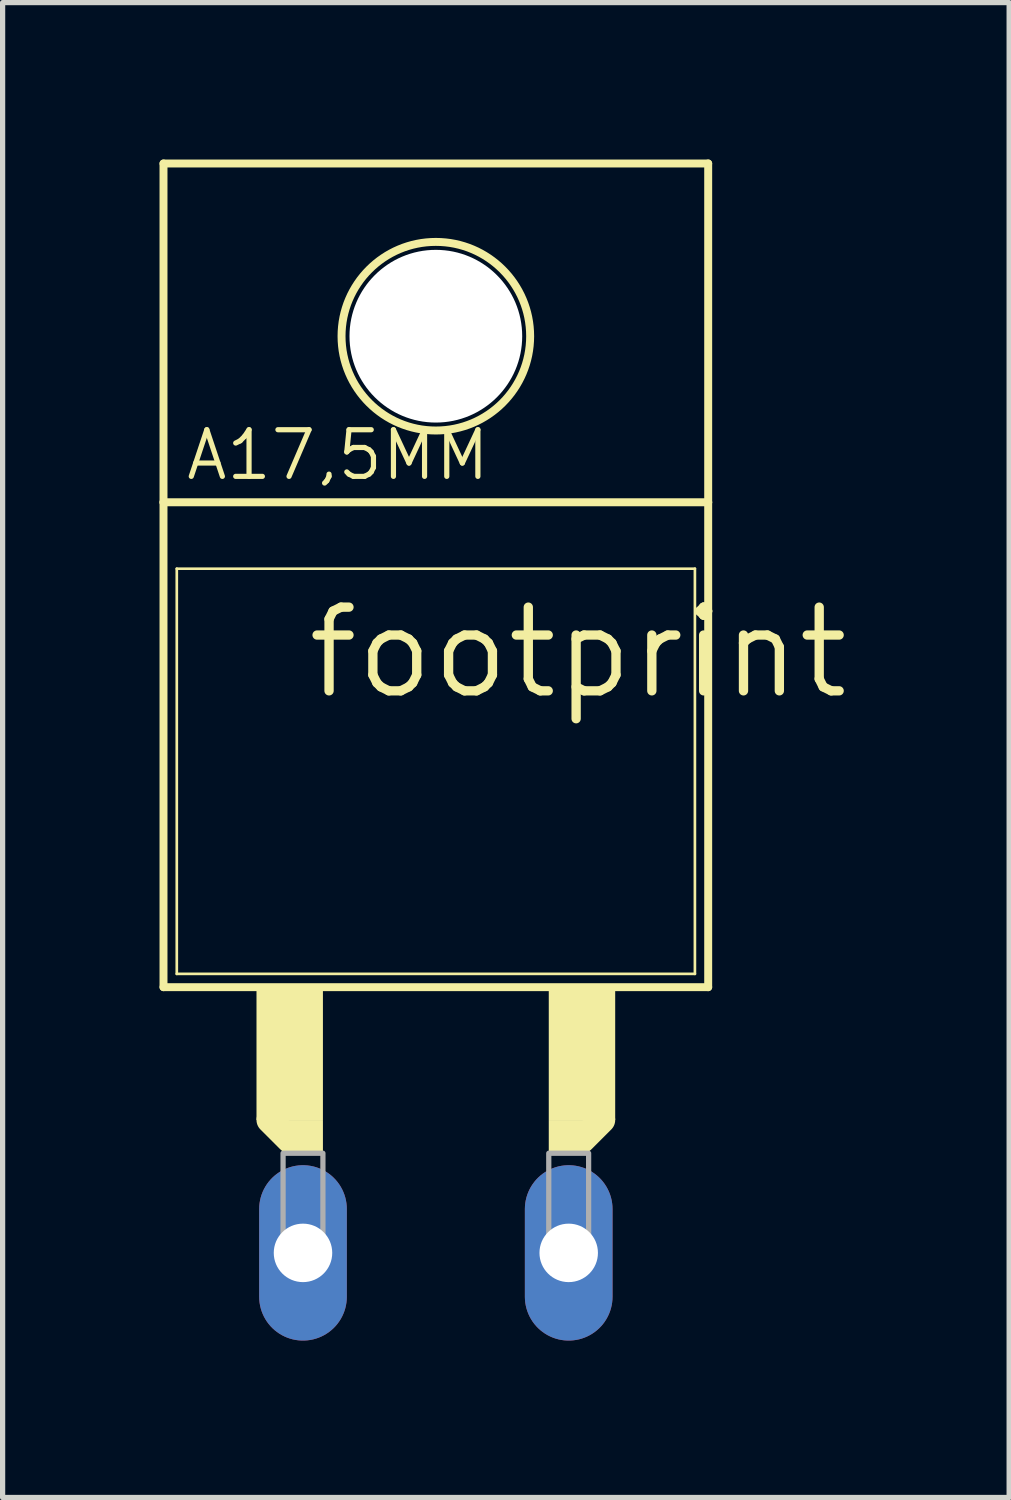
<source format=kicad_pcb>
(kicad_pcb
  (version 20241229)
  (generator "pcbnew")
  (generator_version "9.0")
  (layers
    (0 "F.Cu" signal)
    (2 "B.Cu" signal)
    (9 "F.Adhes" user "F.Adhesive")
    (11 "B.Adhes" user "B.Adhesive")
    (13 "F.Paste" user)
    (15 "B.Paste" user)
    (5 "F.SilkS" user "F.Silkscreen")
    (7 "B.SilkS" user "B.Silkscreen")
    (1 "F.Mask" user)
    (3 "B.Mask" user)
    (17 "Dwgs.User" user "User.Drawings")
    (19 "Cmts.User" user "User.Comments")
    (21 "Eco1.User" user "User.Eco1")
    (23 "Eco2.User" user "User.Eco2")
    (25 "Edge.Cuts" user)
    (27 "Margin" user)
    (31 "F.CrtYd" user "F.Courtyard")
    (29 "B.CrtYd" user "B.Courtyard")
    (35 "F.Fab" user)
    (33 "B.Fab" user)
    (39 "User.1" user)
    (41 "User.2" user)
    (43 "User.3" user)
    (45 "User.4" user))
  (footprint "footprint"
    (layer "F.Cu")
    (at 5.283 14.554)
    (property "Reference" "footprint" (at -2.54 -4.191 0) (layer "F.SilkS") (effects (font (size 1.6 1.6) (thickness 0.178)) (justify left bottom)))
    (fp_line (start -5.207 -8.001) (end -5.207 -14.478) (stroke (width 0.152) (type solid)) (layer "F.SilkS"))
    (fp_line (start -5.207 1.27) (end -5.207 -8.001) (stroke (width 0.152) (type solid)) (layer "F.SilkS"))
    (fp_line (start -5.207 1.27) (end 5.207 1.27) (stroke (width 0.152) (type solid)) (layer "F.SilkS"))
    (fp_line (start -4.953 -6.731) (end -4.953 1.016) (stroke (width 0.051) (type solid)) (layer "F.SilkS"))
    (fp_line (start -2.794 4.191) (end -3.175 3.81) (stroke (width 0.508) (type solid)) (layer "F.SilkS"))
    (fp_line (start 3.175 3.81) (end 2.794 4.191) (stroke (width 0.508) (type solid)) (layer "F.SilkS"))
    (fp_line (start 4.953 -6.731) (end -4.953 -6.731) (stroke (width 0.051) (type solid)) (layer "F.SilkS"))
    (fp_line (start 4.953 -6.731) (end 4.953 1.016) (stroke (width 0.051) (type solid)) (layer "F.SilkS"))
    (fp_line (start 4.953 1.016) (end -4.953 1.016) (stroke (width 0.051) (type solid)) (layer "F.SilkS"))
    (fp_line (start 5.207 -14.478) (end -5.207 -14.478) (stroke (width 0.152) (type solid)) (layer "F.SilkS"))
    (fp_line (start 5.207 -8.001) (end -5.207 -8.001) (stroke (width 0.152) (type solid)) (layer "F.SilkS"))
    (fp_line (start 5.207 -8.001) (end 5.207 -14.478) (stroke (width 0.152) (type solid)) (layer "F.SilkS"))
    (fp_line (start 5.207 1.27) (end 5.207 -8.001) (stroke (width 0.152) (type solid)) (layer "F.SilkS"))
    (fp_circle (center 0 -11.176) (end 1.803 -11.176) (stroke (width 0.152) (type solid)) (fill no) (layer "F.SilkS"))
    (fp_poly (pts (xy -3.429 3.81) (xy -2.159 3.81) (xy -2.159 1.27) (xy -3.429 1.27)) (stroke (width 0) (type solid)) (fill yes) (layer "F.SilkS"))
    (fp_poly (pts (xy -2.921 4.445) (xy -2.159 4.445) (xy -2.159 3.81) (xy -2.921 3.81)) (stroke (width 0) (type solid)) (fill yes) (layer "F.SilkS"))
    (fp_poly (pts (xy 2.159 3.81) (xy 3.429 3.81) (xy 3.429 1.27) (xy 2.159 1.27)) (stroke (width 0) (type solid)) (fill yes) (layer "F.SilkS"))
    (fp_poly (pts (xy 2.159 4.445) (xy 2.921 4.445) (xy 2.921 3.81) (xy 2.159 3.81)) (stroke (width 0) (type solid)) (fill yes) (layer "F.SilkS"))
    (fp_poly (pts (xy -2.921 6.35) (xy -2.159 6.35) (xy -2.159 4.445) (xy -2.921 4.445)) (stroke (width 0.1) (type solid)) (fill no) (layer "F.Fab"))
    (fp_poly (pts (xy 2.159 6.35) (xy 2.921 6.35) (xy 2.921 4.445) (xy 2.159 4.445)) (stroke (width 0.1) (type solid)) (fill no) (layer "F.Fab"))
    (fp_text user "A17,5MM" (at -4.826 -8.382 0) (layer "F.SilkS") (effects (font (size 0.892 0.892) (thickness 0.099)) (justify left bottom)))
    (pad "" np_thru_hole circle (at 0 -11.176) (size 3.302 3.302) (drill 3.302) (layers "*.Cu" "*.Mask"))
    (pad "A" thru_hole oval (at 2.54 6.35 90) (size 3.353 1.676) (drill 1.118) (layers "*.Cu" "*.Mask"))
    (pad "C" thru_hole oval (at -2.54 6.35 90) (size 3.353 1.676) (drill 1.118) (layers "*.Cu" "*.Mask"))
    (zone (net_name "") (layers "F.Cu" "B.Cu") (hatch edge 0.508) (connect_pads) (min_thickness 0.254) (filled_areas_thickness no) (keepout (tracks allowed) (vias not_allowed) (pads allowed) (copperpour allowed) (footprints allowed)) (placement (enabled no)) (fill) (polygon (pts (xy 8.204 3.378) (xy 8.16 2.871) (xy 8.028 2.379) (xy 7.813 1.918) (xy 7.521 1.501) (xy 7.161 1.141) (xy 6.744 0.849) (xy 6.282 0.633) (xy 5.79 0.502) (xy 5.283 0.457) (xy 4.776 0.502) (xy 4.284 0.633) (xy 3.823 0.849) (xy 3.406 1.141) (xy 3.046 1.501) (xy 2.754 1.918) (xy 2.538 2.379) (xy 2.407 2.871) (xy 2.362 3.378) (xy 2.407 3.885) (xy 2.538 4.377) (xy 2.754 4.839) (xy 3.046 5.256) (xy 3.406 5.616) (xy 3.823 5.908) (xy 4.284 6.123) (xy 4.776 6.255) (xy 5.283 6.299) (xy 5.79 6.255) (xy 6.282 6.123) (xy 6.744 5.908) (xy 7.161 5.616) (xy 7.521 5.256) (xy 7.813 4.839) (xy 8.028 4.377) (xy 8.16 3.885))))
    (zone (net_name "") (layer "B.Cu") (hatch edge 0.508) (connect_pads) (min_thickness 0.254) (filled_areas_thickness no) (keepout (tracks not_allowed) (vias not_allowed) (pads not_allowed) (copperpour not_allowed) (footprints allowed)) (placement (enabled no)) (fill) (polygon (pts (xy 8.204 3.378) (xy 8.16 2.871) (xy 8.028 2.379) (xy 7.813 1.918) (xy 7.521 1.501) (xy 7.161 1.141) (xy 6.744 0.849) (xy 6.282 0.633) (xy 5.79 0.502) (xy 5.283 0.457) (xy 4.776 0.502) (xy 4.284 0.633) (xy 3.823 0.849) (xy 3.406 1.141) (xy 3.046 1.501) (xy 2.754 1.918) (xy 2.538 2.379) (xy 2.407 2.871) (xy 2.362 3.378) (xy 2.407 3.885) (xy 2.538 4.377) (xy 2.754 4.839) (xy 3.046 5.256) (xy 3.406 5.616) (xy 3.823 5.908) (xy 4.284 6.123) (xy 4.776 6.255) (xy 5.283 6.299) (xy 5.79 6.255) (xy 6.282 6.123) (xy 6.744 5.908) (xy 7.161 5.616) (xy 7.521 5.256) (xy 7.813 4.839) (xy 8.028 4.377) (xy 8.16 3.885)))))
  (gr_rect
    (start -3 -3)
    (end 16.244 25.581)
    (stroke (width 0.1) (type default))
    (fill no)
    (layer "Edge.Cuts")))
</source>
